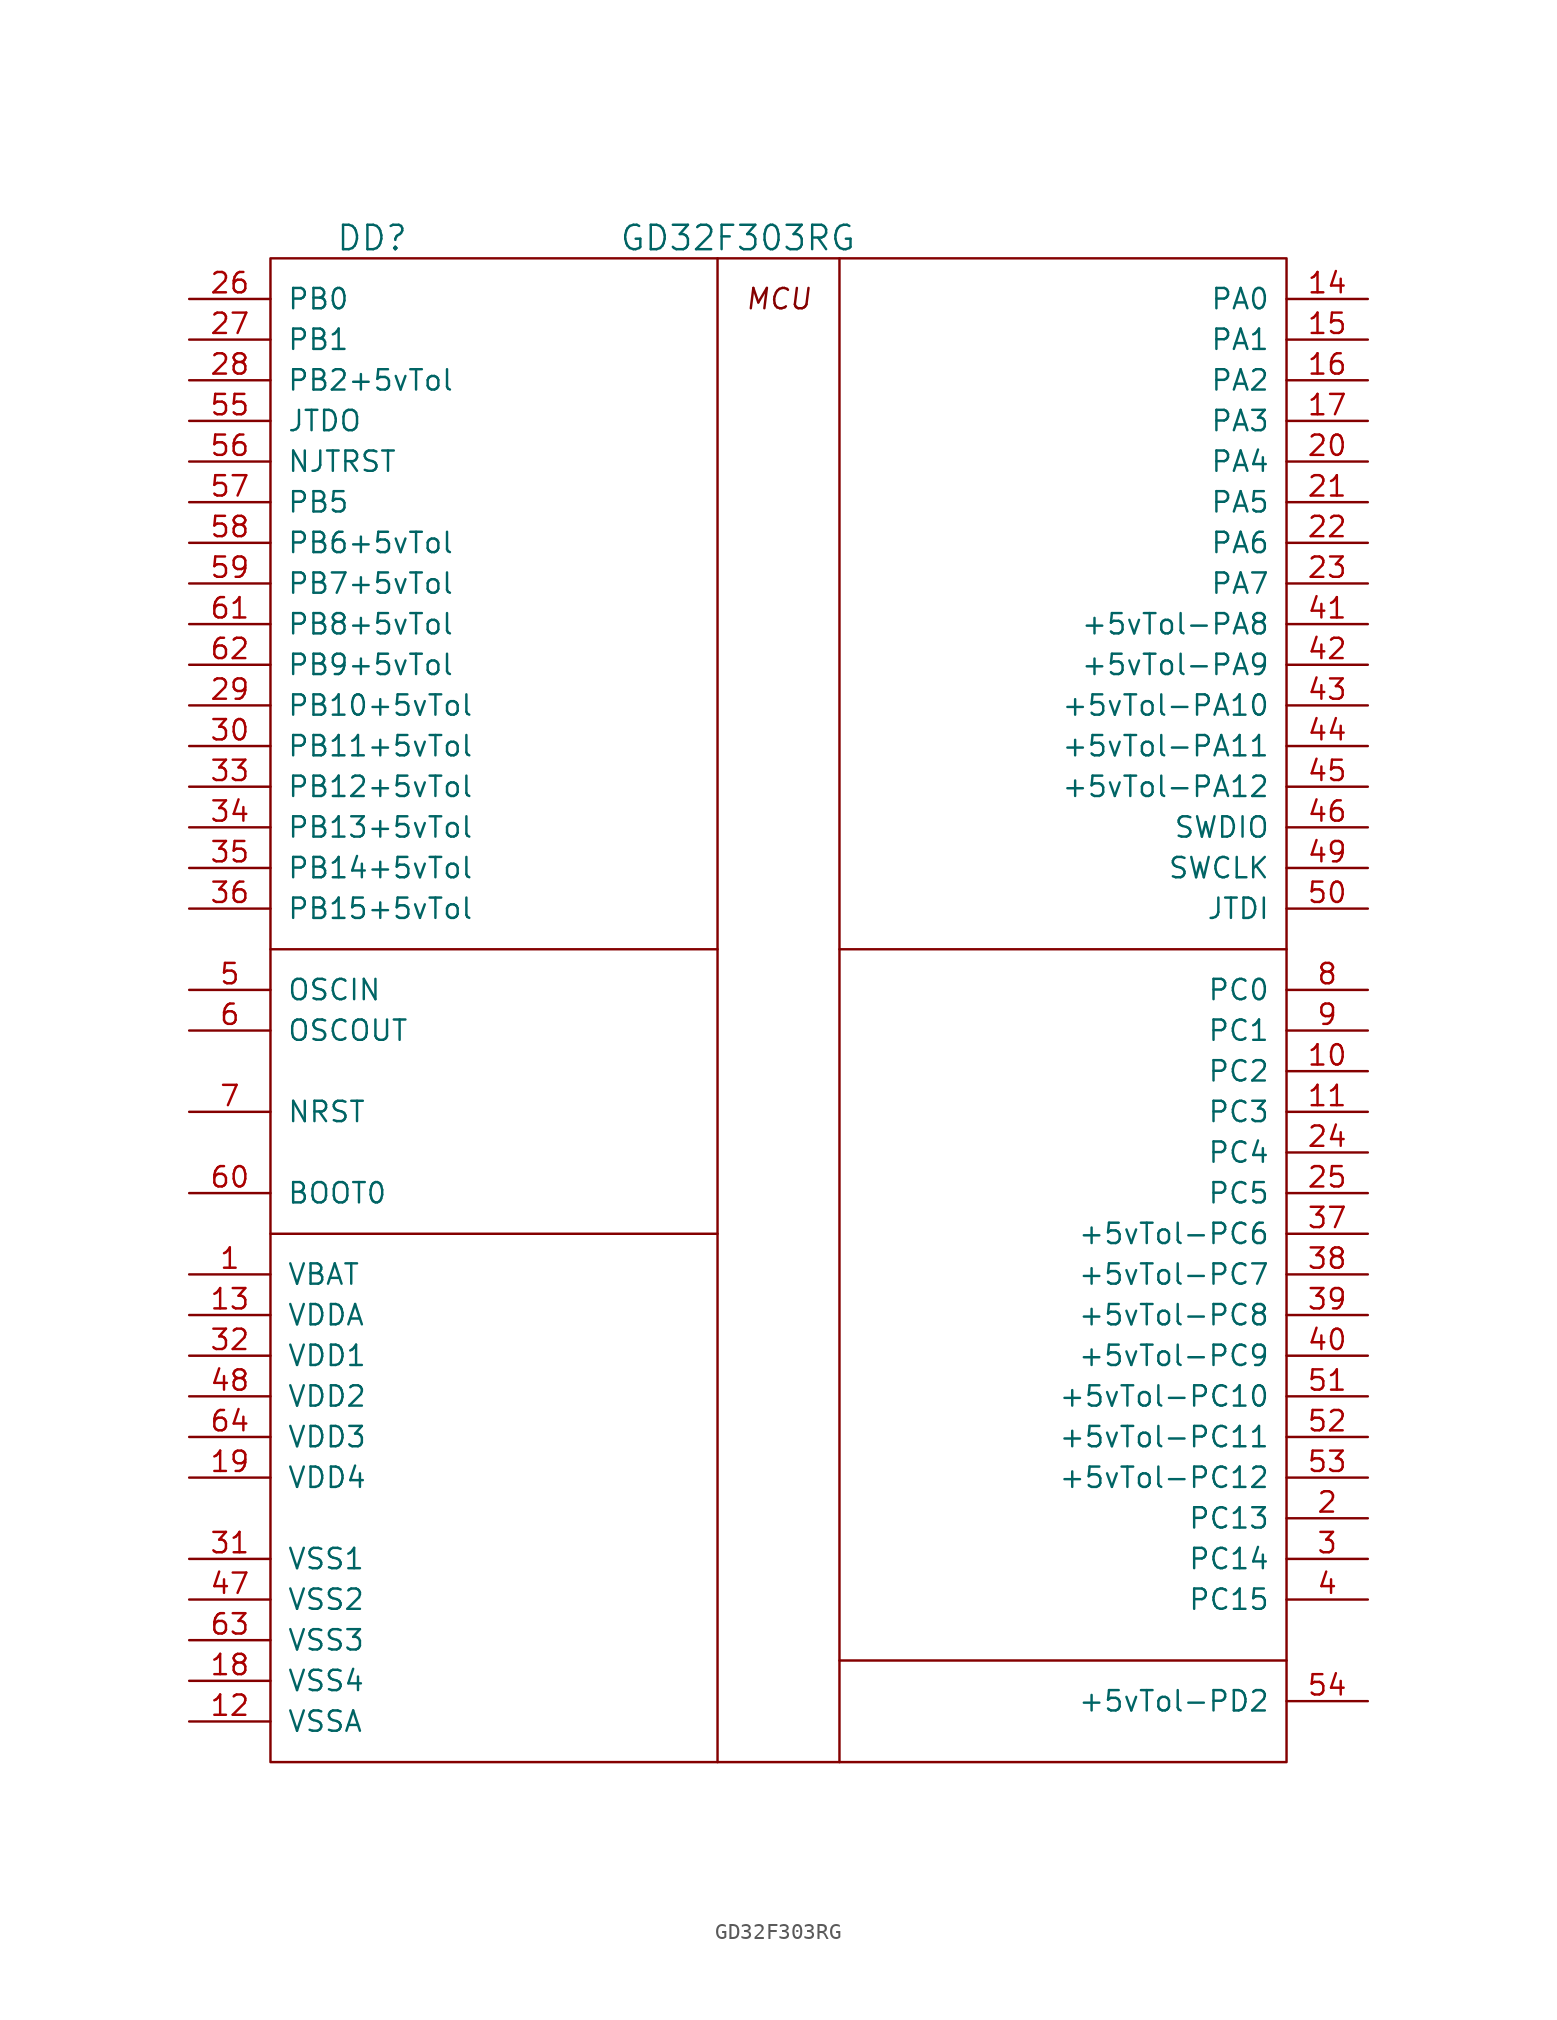
<source format=kicad_sym>
(kicad_symbol_lib
  (version 20231120)
  (generator "kicad_symbol_editor")
  (generator_version "8.0")
  (symbol "GD32F303RG"
    (pin_names
      (offset 1.016))
    (property "Reference" "DD"
      (at -25.4 34.29 0)
      (effects (font (size 1.524 1.524))))
    (property "Value" "GD32F303RG"
      (at -2.54 34.29 0)
      (effects (font (size 1.524 1.524))))
    (symbol "GD32F303RG_0_1"
      (rectangle (start -31.75 33.02) (end 31.75 -60.96) (stroke (width 0) (type default)) (fill (type none)))
      (polyline (pts (xy -31.75 -27.94) (xy -3.81 -27.94)) (stroke (width 0) (type default)) (fill (type none)))
      (polyline (pts (xy -31.75 -10.16) (xy -3.81 -10.16)) (stroke (width 0) (type default)) (fill (type none)))
      (polyline (pts (xy -3.81 33.02) (xy -3.81 -60.96)) (stroke (width 0) (type default)) (fill (type none)))
      (polyline (pts (xy 3.81 -60.96) (xy 3.81 33.02)) (stroke (width 0) (type default)) (fill (type none)))
      (polyline (pts (xy 3.81 -54.61) (xy 31.75 -54.61)) (stroke (width 0) (type default)) (fill (type none)))
      (polyline (pts (xy 3.81 -10.16) (xy 31.75 -10.16)) (stroke (width 0) (type default)) (fill (type none)))
      (text "MCU" (at 0 30.48 0) (effects (font (size 1.27 1.27) (italic yes)))))
    (symbol "GD32F303RG_1_1"
      (pin power_in line (at -36.83 -30.48 0) (length 5.08) (name "VBAT" (effects (font (size 1.27 1.27)))) (number "1" (effects (font (size 1.27 1.27)))))
      (pin passive line (at 36.83 -17.78 180) (length 5.08) (name "PC2" (effects (font (size 1.27 1.27)))) (number "10" (effects (font (size 1.27 1.27)))) (alternate "ADC012-IN12/PC2" passive line))
      (pin passive line (at 36.83 -20.32 180) (length 5.08) (name "PC3" (effects (font (size 1.27 1.27)))) (number "11" (effects (font (size 1.27 1.27)))) (alternate "ADC012-IN13/PC3" passive line))
      (pin power_in line (at -36.83 -58.42 0) (length 5.08) (name "VSSA" (effects (font (size 1.27 1.27)))) (number "12" (effects (font (size 1.27 1.27)))))
      (pin power_in line (at -36.83 -33.02 0) (length 5.08) (name "VDDA" (effects (font (size 1.27 1.27)))) (number "13" (effects (font (size 1.27 1.27)))))
      (pin passive line (at 36.83 30.48 180) (length 5.08) (name "PA0" (effects (font (size 1.27 1.27)))) (number "14" (effects (font (size 1.27 1.27)))) (alternate "ADC012_IN0/PA0" passive line) (alternate "T1C0/PA0" passive line) (alternate "T1ETI/PA0" passive line) (alternate "T4C0/PA0" passive line) (alternate "T7ETI/PA0" passive line) (alternate "U1_CTS/PA0" passive line) (alternate "WKUP/PA0" passive line))
      (pin passive line (at 36.83 27.94 180) (length 5.08) (name "PA1" (effects (font (size 1.27 1.27)))) (number "15" (effects (font (size 1.27 1.27)))) (alternate "ADC012_IN1/PA1" passive line) (alternate "T1C1/PA1" passive line) (alternate "T4C1/PA1" passive line) (alternate "U1_RTS/PA1" passive line))
      (pin passive line (at 36.83 25.4 180) (length 5.08) (name "PA2" (effects (font (size 1.27 1.27)))) (number "16" (effects (font (size 1.27 1.27)))) (alternate "ADC012_IN2/PA2" passive line) (alternate "SPI0_IO2/PA2" passive line) (alternate "T1C2/PA2" passive line) (alternate "T4C2/PA2" passive line) (alternate "T8C0/PA2" passive line) (alternate "U1_TX/PA2" passive line))
      (pin passive line (at 36.83 22.86 180) (length 5.08) (name "PA3" (effects (font (size 1.27 1.27)))) (number "17" (effects (font (size 1.27 1.27)))) (alternate "ADC012_IN3/PA3" passive line) (alternate "SPI0_IO3/PA3" passive line) (alternate "T1C3/PA3" passive line) (alternate "T4C3/PA3" passive line) (alternate "T8C1/PA3" passive line) (alternate "U1_RX/PA3" passive line))
      (pin power_in line (at -36.83 -55.88 0) (length 5.08) (name "VSS4" (effects (font (size 1.27 1.27)))) (number "18" (effects (font (size 1.27 1.27)))))
      (pin power_in line (at -36.83 -43.18 0) (length 5.08) (name "VDD4" (effects (font (size 1.27 1.27)))) (number "19" (effects (font (size 1.27 1.27)))))
      (pin passive line (at 36.83 -45.72 180) (length 5.08) (name "PC13" (effects (font (size 1.27 1.27)))) (number "2" (effects (font (size 1.27 1.27)))) (alternate "TAMPER-RTC/PC13" passive line))
      (pin passive line (at 36.83 20.32 180) (length 5.08) (name "PA4" (effects (font (size 1.27 1.27)))) (number "20" (effects (font (size 1.27 1.27)))) (alternate "ADC01_IN4/PA4" passive line) (alternate "DAC_OUT0/PA4" passive line) (alternate "I2S2_WSr/PA4" passive line) (alternate "SPI0_NSS/PA4" passive line) (alternate "SPI2_NSSr/PA4" passive line) (alternate "U1_CK/PA4" passive line))
      (pin passive line (at 36.83 17.78 180) (length 5.08) (name "PA5" (effects (font (size 1.27 1.27)))) (number "21" (effects (font (size 1.27 1.27)))) (alternate "ADC01_IN5/PA5" passive line) (alternate "DAC_OUT1/PA5" passive line) (alternate "SPI0_SCK/PA5" passive line))
      (pin passive line (at 36.83 15.24 180) (length 5.08) (name "PA6" (effects (font (size 1.27 1.27)))) (number "22" (effects (font (size 1.27 1.27)))) (alternate "ADC01_IN6/PA6" passive line) (alternate "SPI0_MISO/PA6" passive line) (alternate "T0_BRKINr/PA6" passive line) (alternate "T12C0/PA6" passive line) (alternate "T2C0/PA6" passive line) (alternate "T7BRKIN/PA6" passive line))
      (pin passive line (at 36.83 12.7 180) (length 5.08) (name "PA7" (effects (font (size 1.27 1.27)))) (number "23" (effects (font (size 1.27 1.27)))) (alternate "ADC01_IN7/PA7" passive line) (alternate "SPI0_MOSI/PA7" passive line) (alternate "T0C0_ONr/PA7" passive line) (alternate "T13C0/PA7" passive line) (alternate "T2C1/PA7" passive line) (alternate "T7C0_ON/PA7" passive line))
      (pin passive line (at 36.83 -22.86 180) (length 5.08) (name "PC4" (effects (font (size 1.27 1.27)))) (number "24" (effects (font (size 1.27 1.27)))) (alternate "ADC01-IN14/PC4" passive line))
      (pin passive line (at 36.83 -25.4 180) (length 5.08) (name "PC5" (effects (font (size 1.27 1.27)))) (number "25" (effects (font (size 1.27 1.27)))) (alternate "ADC01-IN15/PC5" passive line))
      (pin passive line (at -36.83 30.48 0) (length 5.08) (name "PB0" (effects (font (size 1.27 1.27)))) (number "26" (effects (font (size 1.27 1.27)))) (alternate "PB0/ADC01_IN8" passive line) (alternate "PB0/T0C1_ONr" passive line) (alternate "PB0/T2C2" passive line) (alternate "PB0/T7C1_ON" passive line))
      (pin passive line (at -36.83 27.94 0) (length 5.08) (name "PB1" (effects (font (size 1.27 1.27)))) (number "27" (effects (font (size 1.27 1.27)))) (alternate "PB1/ADC01_IN9" passive line) (alternate "PB1/T0C2_ONr" passive line) (alternate "PB1/T2C3" passive line) (alternate "PB1/T7C2_ON" passive line))
      (pin passive line (at -36.83 25.4 0) (length 5.08) (name "PB2+5vTol" (effects (font (size 1.27 1.27)))) (number "28" (effects (font (size 1.27 1.27)))) (alternate "BOOT1" passive line))
      (pin passive line (at -36.83 5.08 0) (length 5.08) (name "PB10+5vTol" (effects (font (size 1.27 1.27)))) (number "29" (effects (font (size 1.27 1.27)))) (alternate "PB10/I2C1_SCL+5vTol" passive line) (alternate "PB10/T1C2r+5vTol" passive line) (alternate "PB10/U2_TX+5vTol" passive line))
      (pin passive line (at 36.83 -48.26 180) (length 5.08) (name "PC14" (effects (font (size 1.27 1.27)))) (number "3" (effects (font (size 1.27 1.27)))) (alternate "OC32IN/PC14" passive line))
      (pin passive line (at -36.83 2.54 0) (length 5.08) (name "PB11+5vTol" (effects (font (size 1.27 1.27)))) (number "30" (effects (font (size 1.27 1.27)))) (alternate "PB11/I2C1_SDA+5vTol" passive line) (alternate "PB11/T1C3r+5vTol" passive line) (alternate "PB11/U2_RX+5vTol" passive line))
      (pin power_in line (at -36.83 -48.26 0) (length 5.08) (name "VSS1" (effects (font (size 1.27 1.27)))) (number "31" (effects (font (size 1.27 1.27)))))
      (pin power_in line (at -36.83 -35.56 0) (length 5.08) (name "VDD1" (effects (font (size 1.27 1.27)))) (number "32" (effects (font (size 1.27 1.27)))))
      (pin passive line (at -36.83 0 0) (length 5.08) (name "PB12+5vTol" (effects (font (size 1.27 1.27)))) (number "33" (effects (font (size 1.27 1.27)))) (alternate "PB12/I2C1_SMBA+5vTol" passive line) (alternate "PB12/I2S1_WS+5vTol" passive line) (alternate "PB12/SPI1_NSS+5vTol" passive line) (alternate "PB12/T0_BRKIN+5vTol" passive line) (alternate "PB12/U2_CK+5vTol" passive line))
      (pin passive line (at -36.83 -2.54 0) (length 5.08) (name "PB13+5vTol" (effects (font (size 1.27 1.27)))) (number "34" (effects (font (size 1.27 1.27)))) (alternate "PB13/I2S1_CK+5vTol" passive line) (alternate "PB13/SPI1_SCK+5vTol" passive line) (alternate "PB13/T0C0_ON+5vTol" passive line) (alternate "PB13/U2_CTS+5vTol" passive line))
      (pin passive line (at -36.83 -5.08 0) (length 5.08) (name "PB14+5vTol" (effects (font (size 1.27 1.27)))) (number "35" (effects (font (size 1.27 1.27)))) (alternate "PB14/SPI1_MISO+5vTol" passive line) (alternate "PB14/T0C1_ON+5vTol" passive line) (alternate "PB14/T11C0+5vTol" passive line) (alternate "PB14/U2_RTS+5vTol" passive line))
      (pin passive line (at -36.83 -7.62 0) (length 5.08) (name "PB15+5vTol" (effects (font (size 1.27 1.27)))) (number "36" (effects (font (size 1.27 1.27)))) (alternate "PB15/I2S1_SD+5vTol" passive line) (alternate "PB15/SPI1_MOSI+5vTol" passive line) (alternate "PB15/T0C2_ON+5vTol" passive line) (alternate "PB15/T11C1+5vTol" passive line))
      (pin passive line (at 36.83 -27.94 180) (length 5.08) (name "+5vTol-PC6" (effects (font (size 1.27 1.27)))) (number "37" (effects (font (size 1.27 1.27)))) (alternate "+5vTol-I2S1_MCK/PC6" passive line) (alternate "+5vTol-SDIO_D6/PC6" passive line) (alternate "+5vTol-T2C0r/PC6" passive line) (alternate "+5vTol-T7C0/PC6" passive line))
      (pin passive line (at 36.83 -30.48 180) (length 5.08) (name "+5vTol-PC7" (effects (font (size 1.27 1.27)))) (number "38" (effects (font (size 1.27 1.27)))) (alternate "+5vTol-I2S2_MCK/PC7" passive line) (alternate "+5vTol-SDIO_D7/PC7" passive line) (alternate "+5vTol-T2C1r/PC7" passive line) (alternate "+5vTol-T7C1/PC7" passive line))
      (pin passive line (at 36.83 -33.02 180) (length 5.08) (name "+5vTol-PC8" (effects (font (size 1.27 1.27)))) (number "39" (effects (font (size 1.27 1.27)))) (alternate "+5vTol-SDIO_D0/PC8" passive line) (alternate "+5vTol-T2C2r/PC8" passive line) (alternate "+5vTol-T7C2/PC8" passive line))
      (pin passive line (at 36.83 -50.8 180) (length 5.08) (name "PC15" (effects (font (size 1.27 1.27)))) (number "4" (effects (font (size 1.27 1.27)))) (alternate "OC32OUT/PC15" passive line))
      (pin passive line (at 36.83 -35.56 180) (length 5.08) (name "+5vTol-PC9" (effects (font (size 1.27 1.27)))) (number "40" (effects (font (size 1.27 1.27)))) (alternate "+5vTol-SDIO_D1/PC9" passive line) (alternate "+5vTol-T2C3r/PC9" passive line) (alternate "+5vTol-T7C3/PC9" passive line))
      (pin passive line (at 36.83 10.16 180) (length 5.08) (name "+5vTol-PA8" (effects (font (size 1.27 1.27)))) (number "41" (effects (font (size 1.27 1.27)))) (alternate "+5vTol-CK_OUT0/PA8" passive line) (alternate "+5vTol-CTC_SYNC/PA8" passive line) (alternate "+5vTol-T0C0/PA8" passive line) (alternate "+5vTol-U0_CK/PA8" passive line))
      (pin passive line (at 36.83 7.62 180) (length 5.08) (name "+5vTol-PA9" (effects (font (size 1.27 1.27)))) (number "42" (effects (font (size 1.27 1.27)))) (alternate "+5vTol-T0C1/PA9" passive line) (alternate "+5vTol-U0_TX/PA9" passive line))
      (pin passive line (at 36.83 5.08 180) (length 5.08) (name "+5vTol-PA10" (effects (font (size 1.27 1.27)))) (number "43" (effects (font (size 1.27 1.27)))) (alternate "+5vTol-T0C2/PA10" passive line) (alternate "+5vTol-U0_RX/PA10" passive line))
      (pin passive line (at 36.83 2.54 180) (length 5.08) (name "+5vTol-PA11" (effects (font (size 1.27 1.27)))) (number "44" (effects (font (size 1.27 1.27)))) (alternate "+5vTol-CAN0RX/PA11" passive line) (alternate "+5vTol-T0C3/PA11" passive line) (alternate "+5vTol-U0_CTS/PA11" passive line) (alternate "USB_D-" passive line))
      (pin passive line (at 36.83 0 180) (length 5.08) (name "+5vTol-PA12" (effects (font (size 1.27 1.27)))) (number "45" (effects (font (size 1.27 1.27)))) (alternate "+5vTol-CAN0TX/PA12" passive line) (alternate "+5vTol-T0_ETI/PA12" passive line) (alternate "+5vTol-U0_RTS/PA12" passive line) (alternate "USB_D+" passive line))
      (pin passive line (at 36.83 -2.54 180) (length 5.08) (name "SWDIO" (effects (font (size 1.27 1.27)))) (number "46" (effects (font (size 1.27 1.27)))) (alternate "+5vTol-PA13" passive line) (alternate "JTMS" passive line))
      (pin power_in line (at -36.83 -50.8 0) (length 5.08) (name "VSS2" (effects (font (size 1.27 1.27)))) (number "47" (effects (font (size 1.27 1.27)))))
      (pin power_in line (at -36.83 -38.1 0) (length 5.08) (name "VDD2" (effects (font (size 1.27 1.27)))) (number "48" (effects (font (size 1.27 1.27)))))
      (pin passive line (at 36.83 -5.08 180) (length 5.08) (name "SWCLK" (effects (font (size 1.27 1.27)))) (number "49" (effects (font (size 1.27 1.27)))) (alternate "+5vTol-PA14" passive line) (alternate "JTCK" passive line))
      (pin passive line (at -36.83 -12.7 0) (length 5.08) (name "OSCIN" (effects (font (size 1.27 1.27)))) (number "5" (effects (font (size 1.27 1.27)))) (alternate "PD0" passive line))
      (pin passive line (at 36.83 -7.62 180) (length 5.08) (name "JTDI" (effects (font (size 1.27 1.27)))) (number "50" (effects (font (size 1.27 1.27)))) (alternate "+5vTol-I2S2_WS/PA15" passive line) (alternate "+5vTol-PA15" passive line) (alternate "+5vTol-SPI0_NSSr/PA15" passive line) (alternate "+5vTol-SPI2_NSS/PA15" passive line) (alternate "+5vTol-T1C0r/PA15" passive line) (alternate "+5vTol-T1_ETIr/PA15" passive line))
      (pin passive line (at 36.83 -38.1 180) (length 5.08) (name "+5vTol-PC10" (effects (font (size 1.27 1.27)))) (number "51" (effects (font (size 1.27 1.27)))) (alternate "+5vTol-I2S2_CKr/PC10" passive line) (alternate "+5vTol-SDIO_D2/PC10" passive line) (alternate "+5vTol-SPI2SCKr/PC10" passive line) (alternate "+5vTol-U2TXr/PC10" passive line) (alternate "+5vTol-U3TX/PC10" passive line))
      (pin passive line (at 36.83 -40.64 180) (length 5.08) (name "+5vTol-PC11" (effects (font (size 1.27 1.27)))) (number "52" (effects (font (size 1.27 1.27)))) (alternate "+5vTol-SDIO_D3/PC11" passive line) (alternate "+5vTol-SPI2MISOr/PC11" passive line) (alternate "+5vTol-U2RXr/PC11" passive line) (alternate "+5vTol-U3RX/PC11" passive line))
      (pin passive line (at 36.83 -43.18 180) (length 5.08) (name "+5vTol-PC12" (effects (font (size 1.27 1.27)))) (number "53" (effects (font (size 1.27 1.27)))) (alternate "+5vTol-I2S2_SDr/PC12" passive line) (alternate "+5vTol-SDIO_CK/PC12" passive line) (alternate "+5vTol-SPI2MOSIr/PC12" passive line) (alternate "+5vTol-U2CKr/PC12" passive line) (alternate "+5vTol-U4TX/PC12" passive line))
      (pin passive line (at 36.83 -57.15 180) (length 5.08) (name "+5vTol-PD2" (effects (font (size 1.27 1.27)))) (number "54" (effects (font (size 1.27 1.27)))) (alternate "+5vTol-SDIO_CMD/PD2" passive line) (alternate "+5vTol-T2ETI/PD2" passive line) (alternate "+5vTol-U4RX/PD2" passive line))
      (pin passive line (at -36.83 22.86 0) (length 5.08) (name "JTDO" (effects (font (size 1.27 1.27)))) (number "55" (effects (font (size 1.27 1.27)))) (alternate "PB3+5vTol" passive line) (alternate "PB3/I2S2_CK+5vTol" passive line) (alternate "PB3/SPI0_SCKr+5vTol" passive line) (alternate "PB3/SPI2_SCK+5vTol" passive line) (alternate "PB3/T1C1r+5vTol" passive line) (alternate "TRACESWO" passive line))
      (pin passive line (at -36.83 20.32 0) (length 5.08) (name "NJTRST" (effects (font (size 1.27 1.27)))) (number "56" (effects (font (size 1.27 1.27)))) (alternate "PB4+5vTol" passive line) (alternate "PB4/SPI0_MISOr+5vTol" passive line) (alternate "PB4/SPI2_MISO+5vTol" passive line) (alternate "PB4/T2C0r+5vTol" passive line))
      (pin passive line (at -36.83 17.78 0) (length 5.08) (name "PB5" (effects (font (size 1.27 1.27)))) (number "57" (effects (font (size 1.27 1.27)))) (alternate "PB5/I2C0_SMBA" passive line) (alternate "PB5/I2S2_SD" passive line) (alternate "PB5/SPI0_MOSIr" passive line) (alternate "PB5/SPI2_MOSI" passive line) (alternate "PB5/T2C1r" passive line))
      (pin passive line (at -36.83 15.24 0) (length 5.08) (name "PB6+5vTol" (effects (font (size 1.27 1.27)))) (number "58" (effects (font (size 1.27 1.27)))) (alternate "PB6/I2C0_SCL+5vTol" passive line) (alternate "PB6/SPI0_IO2r+5vTol" passive line) (alternate "PB6/T3C0+5vTol" passive line) (alternate "PB6/U0_TXr+5vTol" passive line))
      (pin passive line (at -36.83 12.7 0) (length 5.08) (name "PB7+5vTol" (effects (font (size 1.27 1.27)))) (number "59" (effects (font (size 1.27 1.27)))) (alternate "PB7/I2C0_SDA+5vTol" passive line) (alternate "PB7/SPI0_IO3r+5vTol" passive line) (alternate "PB7/T3C1+5vTol" passive line) (alternate "PB7/U0_RXr+5vTol" passive line))
      (pin passive line (at -36.83 -15.24 0) (length 5.08) (name "OSCOUT" (effects (font (size 1.27 1.27)))) (number "6" (effects (font (size 1.27 1.27)))) (alternate "PD1" passive line))
      (pin passive line (at -36.83 -25.4 0) (length 5.08) (name "BOOT0" (effects (font (size 1.27 1.27)))) (number "60" (effects (font (size 1.27 1.27)))))
      (pin passive line (at -36.83 10.16 0) (length 5.08) (name "PB8+5vTol" (effects (font (size 1.27 1.27)))) (number "61" (effects (font (size 1.27 1.27)))) (alternate "PB8/CAN0_RXr+5vTol" passive line) (alternate "PB8/I2C0_SCLr+5vTol" passive line) (alternate "PB8/SDIO_D4+5vTol" passive line) (alternate "PB8/T3C2+5vTol" passive line) (alternate "PB8/T9C0+5vTol" passive line))
      (pin passive line (at -36.83 7.62 0) (length 5.08) (name "PB9+5vTol" (effects (font (size 1.27 1.27)))) (number "62" (effects (font (size 1.27 1.27)))) (alternate "PB9/CAN0_TXr+5vTol" passive line) (alternate "PB9/I2C0_SDAr+5vTol" passive line) (alternate "PB9/SDIO_D5+5vTol" passive line) (alternate "PB9/T10C0+5vTol" passive line) (alternate "PB9/T3C3+5vTol" passive line))
      (pin power_in line (at -36.83 -53.34 0) (length 5.08) (name "VSS3" (effects (font (size 1.27 1.27)))) (number "63" (effects (font (size 1.27 1.27)))))
      (pin power_in line (at -36.83 -40.64 0) (length 5.08) (name "VDD3" (effects (font (size 1.27 1.27)))) (number "64" (effects (font (size 1.27 1.27)))))
      (pin passive line (at -36.83 -20.32 0) (length 5.08) (name "NRST" (effects (font (size 1.27 1.27)))) (number "7" (effects (font (size 1.27 1.27)))))
      (pin passive line (at 36.83 -12.7 180) (length 5.08) (name "PC0" (effects (font (size 1.27 1.27)))) (number "8" (effects (font (size 1.27 1.27)))) (alternate "ADC012-IN10/PC0" passive line))
      (pin passive line (at 36.83 -15.24 180) (length 5.08) (name "PC1" (effects (font (size 1.27 1.27)))) (number "9" (effects (font (size 1.27 1.27)))) (alternate "ADC012-IN11/PC1" passive line)))))
</source>
